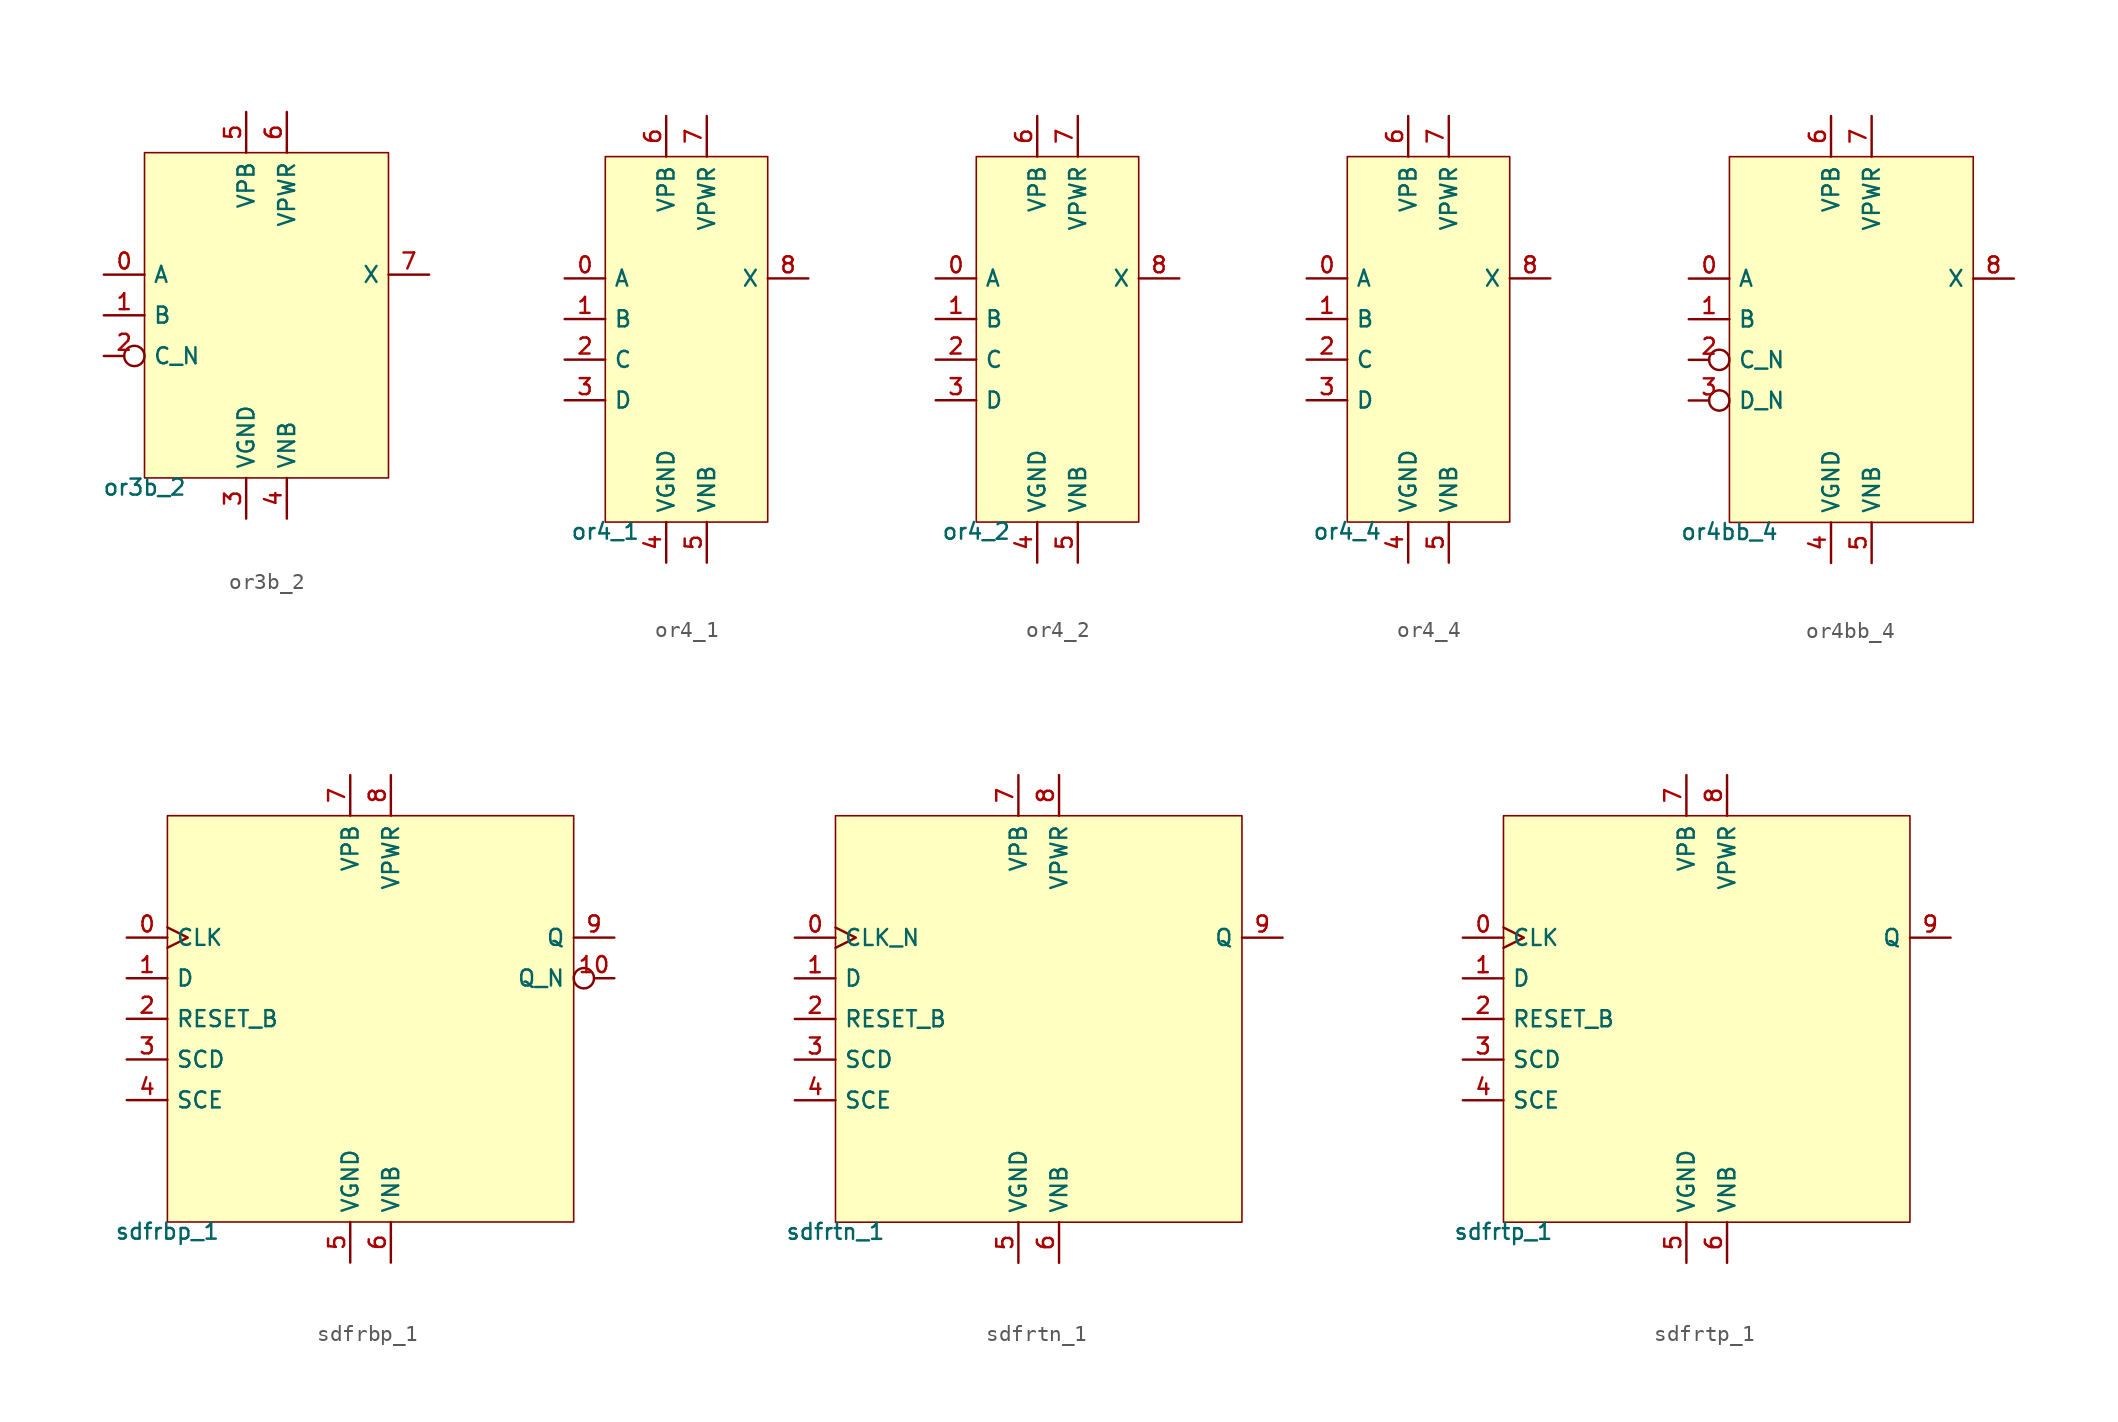
<source format=kicad_sym>
(kicad_symbol_lib
  (version 20211014)
  (generator lef2kicad_sym)
  (symbol "or3b_2"
    (property "Reference" "CELL"
      (at 0 0 0)
      (effects (font (size 1 1)) hide))
    (property "Value" "or3b_2"
      (at -7.62 -10.16 0)
      (effects (font (size 1 1)) (justify top)))
    (rectangle
      (start -7.62 -10.16)
      (end 7.62 10.16)
      (stroke (width 0.1) (type solid) (color 0 0 0 0))
      (fill (type background)))
    (pin input line
      (at -10.16 2.54 0)
      (length 2.54)
      (name "A" (effects (font (size 1 1)) hide))
      (number "0" (effects (font (size 1 1)) hide)))
    (pin input line
      (at -10.16 0.0 0)
      (length 2.54)
      (name "B" (effects (font (size 1 1)) hide))
      (number "1" (effects (font (size 1 1)) hide)))
    (pin input inverted
      (at -10.16 -2.54 0)
      (length 2.54)
      (name "C_N" (effects (font (size 1 1)) hide))
      (number "2" (effects (font (size 1 1)) hide)))
    (pin power_in line
      (at -1.27 -12.7 90)
      (length 2.54)
      (name "VGND" (effects (font (size 1 1)) hide))
      (number "3" (effects (font (size 1 1)) hide)))
    (pin power_in line
      (at 1.27 -12.7 90)
      (length 2.54)
      (name "VNB" (effects (font (size 1 1)) hide))
      (number "4" (effects (font (size 1 1)) hide)))
    (pin power_in line
      (at -1.27 12.7 270)
      (length 2.54)
      (name "VPB" (effects (font (size 1 1)) hide))
      (number "5" (effects (font (size 1 1)) hide)))
    (pin power_in line
      (at 1.27 12.7 270)
      (length 2.54)
      (name "VPWR" (effects (font (size 1 1)) hide))
      (number "6" (effects (font (size 1 1)) hide)))
    (pin output line
      (at 10.16 2.54 180)
      (length 2.54)
      (name "X" (effects (font (size 1 1)) hide))
      (number "7" (effects (font (size 1 1)) hide))))
  (symbol "or4_1"
    (property "Reference" "CELL"
      (at 0 0 0)
      (effects (font (size 1 1)) hide))
    (property "Value" "or4_1"
      (at -5.08 -11.43 0)
      (effects (font (size 1 1)) (justify top)))
    (rectangle
      (start -5.08 -11.43)
      (end 5.08 11.43)
      (stroke (width 0.1) (type solid) (color 0 0 0 0))
      (fill (type background)))
    (pin input line
      (at -7.62 3.81 0)
      (length 2.54)
      (name "A" (effects (font (size 1 1)) hide))
      (number "0" (effects (font (size 1 1)) hide)))
    (pin input line
      (at -7.62 1.27 0)
      (length 2.54)
      (name "B" (effects (font (size 1 1)) hide))
      (number "1" (effects (font (size 1 1)) hide)))
    (pin input line
      (at -7.62 -1.27 0)
      (length 2.54)
      (name "C" (effects (font (size 1 1)) hide))
      (number "2" (effects (font (size 1 1)) hide)))
    (pin input line
      (at -7.62 -3.81 0)
      (length 2.54)
      (name "D" (effects (font (size 1 1)) hide))
      (number "3" (effects (font (size 1 1)) hide)))
    (pin power_in line
      (at -1.27 -13.97 90)
      (length 2.54)
      (name "VGND" (effects (font (size 1 1)) hide))
      (number "4" (effects (font (size 1 1)) hide)))
    (pin power_in line
      (at 1.27 -13.97 90)
      (length 2.54)
      (name "VNB" (effects (font (size 1 1)) hide))
      (number "5" (effects (font (size 1 1)) hide)))
    (pin power_in line
      (at -1.27 13.97 270)
      (length 2.54)
      (name "VPB" (effects (font (size 1 1)) hide))
      (number "6" (effects (font (size 1 1)) hide)))
    (pin power_in line
      (at 1.27 13.97 270)
      (length 2.54)
      (name "VPWR" (effects (font (size 1 1)) hide))
      (number "7" (effects (font (size 1 1)) hide)))
    (pin output line
      (at 7.62 3.81 180)
      (length 2.54)
      (name "X" (effects (font (size 1 1)) hide))
      (number "8" (effects (font (size 1 1)) hide))))
  (symbol "or4_2"
    (property "Reference" "CELL"
      (at 0 0 0)
      (effects (font (size 1 1)) hide))
    (property "Value" "or4_2"
      (at -5.08 -11.43 0)
      (effects (font (size 1 1)) (justify top)))
    (rectangle
      (start -5.08 -11.43)
      (end 5.08 11.43)
      (stroke (width 0.1) (type solid) (color 0 0 0 0))
      (fill (type background)))
    (pin input line
      (at -7.62 3.81 0)
      (length 2.54)
      (name "A" (effects (font (size 1 1)) hide))
      (number "0" (effects (font (size 1 1)) hide)))
    (pin input line
      (at -7.62 1.27 0)
      (length 2.54)
      (name "B" (effects (font (size 1 1)) hide))
      (number "1" (effects (font (size 1 1)) hide)))
    (pin input line
      (at -7.62 -1.27 0)
      (length 2.54)
      (name "C" (effects (font (size 1 1)) hide))
      (number "2" (effects (font (size 1 1)) hide)))
    (pin input line
      (at -7.62 -3.81 0)
      (length 2.54)
      (name "D" (effects (font (size 1 1)) hide))
      (number "3" (effects (font (size 1 1)) hide)))
    (pin power_in line
      (at -1.27 -13.97 90)
      (length 2.54)
      (name "VGND" (effects (font (size 1 1)) hide))
      (number "4" (effects (font (size 1 1)) hide)))
    (pin power_in line
      (at 1.27 -13.97 90)
      (length 2.54)
      (name "VNB" (effects (font (size 1 1)) hide))
      (number "5" (effects (font (size 1 1)) hide)))
    (pin power_in line
      (at -1.27 13.97 270)
      (length 2.54)
      (name "VPB" (effects (font (size 1 1)) hide))
      (number "6" (effects (font (size 1 1)) hide)))
    (pin power_in line
      (at 1.27 13.97 270)
      (length 2.54)
      (name "VPWR" (effects (font (size 1 1)) hide))
      (number "7" (effects (font (size 1 1)) hide)))
    (pin output line
      (at 7.62 3.81 180)
      (length 2.54)
      (name "X" (effects (font (size 1 1)) hide))
      (number "8" (effects (font (size 1 1)) hide))))
  (symbol "or4_4"
    (property "Reference" "CELL"
      (at 0 0 0)
      (effects (font (size 1 1)) hide))
    (property "Value" "or4_4"
      (at -5.08 -11.43 0)
      (effects (font (size 1 1)) (justify top)))
    (rectangle
      (start -5.08 -11.43)
      (end 5.08 11.43)
      (stroke (width 0.1) (type solid) (color 0 0 0 0))
      (fill (type background)))
    (pin input line
      (at -7.62 3.81 0)
      (length 2.54)
      (name "A" (effects (font (size 1 1)) hide))
      (number "0" (effects (font (size 1 1)) hide)))
    (pin input line
      (at -7.62 1.27 0)
      (length 2.54)
      (name "B" (effects (font (size 1 1)) hide))
      (number "1" (effects (font (size 1 1)) hide)))
    (pin input line
      (at -7.62 -1.27 0)
      (length 2.54)
      (name "C" (effects (font (size 1 1)) hide))
      (number "2" (effects (font (size 1 1)) hide)))
    (pin input line
      (at -7.62 -3.81 0)
      (length 2.54)
      (name "D" (effects (font (size 1 1)) hide))
      (number "3" (effects (font (size 1 1)) hide)))
    (pin power_in line
      (at -1.27 -13.97 90)
      (length 2.54)
      (name "VGND" (effects (font (size 1 1)) hide))
      (number "4" (effects (font (size 1 1)) hide)))
    (pin power_in line
      (at 1.27 -13.97 90)
      (length 2.54)
      (name "VNB" (effects (font (size 1 1)) hide))
      (number "5" (effects (font (size 1 1)) hide)))
    (pin power_in line
      (at -1.27 13.97 270)
      (length 2.54)
      (name "VPB" (effects (font (size 1 1)) hide))
      (number "6" (effects (font (size 1 1)) hide)))
    (pin power_in line
      (at 1.27 13.97 270)
      (length 2.54)
      (name "VPWR" (effects (font (size 1 1)) hide))
      (number "7" (effects (font (size 1 1)) hide)))
    (pin output line
      (at 7.62 3.81 180)
      (length 2.54)
      (name "X" (effects (font (size 1 1)) hide))
      (number "8" (effects (font (size 1 1)) hide))))
  (symbol "or4bb_4"
    (property "Reference" "CELL"
      (at 0 0 0)
      (effects (font (size 1 1)) hide))
    (property "Value" "or4bb_4"
      (at -7.62 -11.43 0)
      (effects (font (size 1 1)) (justify top)))
    (rectangle
      (start -7.62 -11.43)
      (end 7.62 11.43)
      (stroke (width 0.1) (type solid) (color 0 0 0 0))
      (fill (type background)))
    (pin input line
      (at -10.16 3.81 0)
      (length 2.54)
      (name "A" (effects (font (size 1 1)) hide))
      (number "0" (effects (font (size 1 1)) hide)))
    (pin input line
      (at -10.16 1.27 0)
      (length 2.54)
      (name "B" (effects (font (size 1 1)) hide))
      (number "1" (effects (font (size 1 1)) hide)))
    (pin input inverted
      (at -10.16 -1.27 0)
      (length 2.54)
      (name "C_N" (effects (font (size 1 1)) hide))
      (number "2" (effects (font (size 1 1)) hide)))
    (pin input inverted
      (at -10.16 -3.81 0)
      (length 2.54)
      (name "D_N" (effects (font (size 1 1)) hide))
      (number "3" (effects (font (size 1 1)) hide)))
    (pin power_in line
      (at -1.27 -13.97 90)
      (length 2.54)
      (name "VGND" (effects (font (size 1 1)) hide))
      (number "4" (effects (font (size 1 1)) hide)))
    (pin power_in line
      (at 1.27 -13.97 90)
      (length 2.54)
      (name "VNB" (effects (font (size 1 1)) hide))
      (number "5" (effects (font (size 1 1)) hide)))
    (pin power_in line
      (at -1.27 13.97 270)
      (length 2.54)
      (name "VPB" (effects (font (size 1 1)) hide))
      (number "6" (effects (font (size 1 1)) hide)))
    (pin power_in line
      (at 1.27 13.97 270)
      (length 2.54)
      (name "VPWR" (effects (font (size 1 1)) hide))
      (number "7" (effects (font (size 1 1)) hide)))
    (pin output line
      (at 10.16 3.81 180)
      (length 2.54)
      (name "X" (effects (font (size 1 1)) hide))
      (number "8" (effects (font (size 1 1)) hide))))
  (symbol "sdfrbp_1"
    (property "Reference" "CELL"
      (at 0 0 0)
      (effects (font (size 1 1)) hide))
    (property "Value" "sdfrbp_1"
      (at -12.7 -12.7 0)
      (effects (font (size 1 1)) (justify top)))
    (rectangle
      (start -12.7 -12.7)
      (end 12.7 12.7)
      (stroke (width 0.1) (type solid) (color 0 0 0 0))
      (fill (type background)))
    (pin input clock
      (at -15.24 5.08 0)
      (length 2.54)
      (name "CLK" (effects (font (size 1 1)) hide))
      (number "0" (effects (font (size 1 1)) hide)))
    (pin input line
      (at -15.24 2.54 0)
      (length 2.54)
      (name "D" (effects (font (size 1 1)) hide))
      (number "1" (effects (font (size 1 1)) hide)))
    (pin input line
      (at -15.24 -8.881784197001252e-16 0)
      (length 2.54)
      (name "RESET_B" (effects (font (size 1 1)) hide))
      (number "2" (effects (font (size 1 1)) hide)))
    (pin input line
      (at -15.24 -2.54 0)
      (length 2.54)
      (name "SCD" (effects (font (size 1 1)) hide))
      (number "3" (effects (font (size 1 1)) hide)))
    (pin input line
      (at -15.24 -5.08 0)
      (length 2.54)
      (name "SCE" (effects (font (size 1 1)) hide))
      (number "4" (effects (font (size 1 1)) hide)))
    (pin power_in line
      (at -1.27 -15.24 90)
      (length 2.54)
      (name "VGND" (effects (font (size 1 1)) hide))
      (number "5" (effects (font (size 1 1)) hide)))
    (pin power_in line
      (at 1.27 -15.24 90)
      (length 2.54)
      (name "VNB" (effects (font (size 1 1)) hide))
      (number "6" (effects (font (size 1 1)) hide)))
    (pin power_in line
      (at -1.27 15.24 270)
      (length 2.54)
      (name "VPB" (effects (font (size 1 1)) hide))
      (number "7" (effects (font (size 1 1)) hide)))
    (pin power_in line
      (at 1.27 15.24 270)
      (length 2.54)
      (name "VPWR" (effects (font (size 1 1)) hide))
      (number "8" (effects (font (size 1 1)) hide)))
    (pin output line
      (at 15.24 5.08 180)
      (length 2.54)
      (name "Q" (effects (font (size 1 1)) hide))
      (number "9" (effects (font (size 1 1)) hide)))
    (pin output inverted
      (at 15.24 2.54 180)
      (length 2.54)
      (name "Q_N" (effects (font (size 1 1)) hide))
      (number "10" (effects (font (size 1 1)) hide))))
  (symbol "sdfrtn_1"
    (property "Reference" "CELL"
      (at 0 0 0)
      (effects (font (size 1 1)) hide))
    (property "Value" "sdfrtn_1"
      (at -12.7 -12.7 0)
      (effects (font (size 1 1)) (justify top)))
    (rectangle
      (start -12.7 -12.7)
      (end 12.7 12.7)
      (stroke (width 0.1) (type solid) (color 0 0 0 0))
      (fill (type background)))
    (pin input clock
      (at -15.24 5.08 0)
      (length 2.54)
      (name "CLK_N" (effects (font (size 1 1)) hide))
      (number "0" (effects (font (size 1 1)) hide)))
    (pin input line
      (at -15.24 2.54 0)
      (length 2.54)
      (name "D" (effects (font (size 1 1)) hide))
      (number "1" (effects (font (size 1 1)) hide)))
    (pin input line
      (at -15.24 -8.881784197001252e-16 0)
      (length 2.54)
      (name "RESET_B" (effects (font (size 1 1)) hide))
      (number "2" (effects (font (size 1 1)) hide)))
    (pin input line
      (at -15.24 -2.54 0)
      (length 2.54)
      (name "SCD" (effects (font (size 1 1)) hide))
      (number "3" (effects (font (size 1 1)) hide)))
    (pin input line
      (at -15.24 -5.08 0)
      (length 2.54)
      (name "SCE" (effects (font (size 1 1)) hide))
      (number "4" (effects (font (size 1 1)) hide)))
    (pin power_in line
      (at -1.27 -15.24 90)
      (length 2.54)
      (name "VGND" (effects (font (size 1 1)) hide))
      (number "5" (effects (font (size 1 1)) hide)))
    (pin power_in line
      (at 1.27 -15.24 90)
      (length 2.54)
      (name "VNB" (effects (font (size 1 1)) hide))
      (number "6" (effects (font (size 1 1)) hide)))
    (pin power_in line
      (at -1.27 15.24 270)
      (length 2.54)
      (name "VPB" (effects (font (size 1 1)) hide))
      (number "7" (effects (font (size 1 1)) hide)))
    (pin power_in line
      (at 1.27 15.24 270)
      (length 2.54)
      (name "VPWR" (effects (font (size 1 1)) hide))
      (number "8" (effects (font (size 1 1)) hide)))
    (pin output line
      (at 15.24 5.08 180)
      (length 2.54)
      (name "Q" (effects (font (size 1 1)) hide))
      (number "9" (effects (font (size 1 1)) hide))))
  (symbol "sdfrtp_1"
    (property "Reference" "CELL"
      (at 0 0 0)
      (effects (font (size 1 1)) hide))
    (property "Value" "sdfrtp_1"
      (at -12.7 -12.7 0)
      (effects (font (size 1 1)) (justify top)))
    (rectangle
      (start -12.7 -12.7)
      (end 12.7 12.7)
      (stroke (width 0.1) (type solid) (color 0 0 0 0))
      (fill (type background)))
    (pin input clock
      (at -15.24 5.08 0)
      (length 2.54)
      (name "CLK" (effects (font (size 1 1)) hide))
      (number "0" (effects (font (size 1 1)) hide)))
    (pin input line
      (at -15.24 2.54 0)
      (length 2.54)
      (name "D" (effects (font (size 1 1)) hide))
      (number "1" (effects (font (size 1 1)) hide)))
    (pin input line
      (at -15.24 -8.881784197001252e-16 0)
      (length 2.54)
      (name "RESET_B" (effects (font (size 1 1)) hide))
      (number "2" (effects (font (size 1 1)) hide)))
    (pin input line
      (at -15.24 -2.54 0)
      (length 2.54)
      (name "SCD" (effects (font (size 1 1)) hide))
      (number "3" (effects (font (size 1 1)) hide)))
    (pin input line
      (at -15.24 -5.08 0)
      (length 2.54)
      (name "SCE" (effects (font (size 1 1)) hide))
      (number "4" (effects (font (size 1 1)) hide)))
    (pin power_in line
      (at -1.27 -15.24 90)
      (length 2.54)
      (name "VGND" (effects (font (size 1 1)) hide))
      (number "5" (effects (font (size 1 1)) hide)))
    (pin power_in line
      (at 1.27 -15.24 90)
      (length 2.54)
      (name "VNB" (effects (font (size 1 1)) hide))
      (number "6" (effects (font (size 1 1)) hide)))
    (pin power_in line
      (at -1.27 15.24 270)
      (length 2.54)
      (name "VPB" (effects (font (size 1 1)) hide))
      (number "7" (effects (font (size 1 1)) hide)))
    (pin power_in line
      (at 1.27 15.24 270)
      (length 2.54)
      (name "VPWR" (effects (font (size 1 1)) hide))
      (number "8" (effects (font (size 1 1)) hide)))
    (pin output line
      (at 15.24 5.08 180)
      (length 2.54)
      (name "Q" (effects (font (size 1 1)) hide))
      (number "9" (effects (font (size 1 1)) hide)))))
</source>
